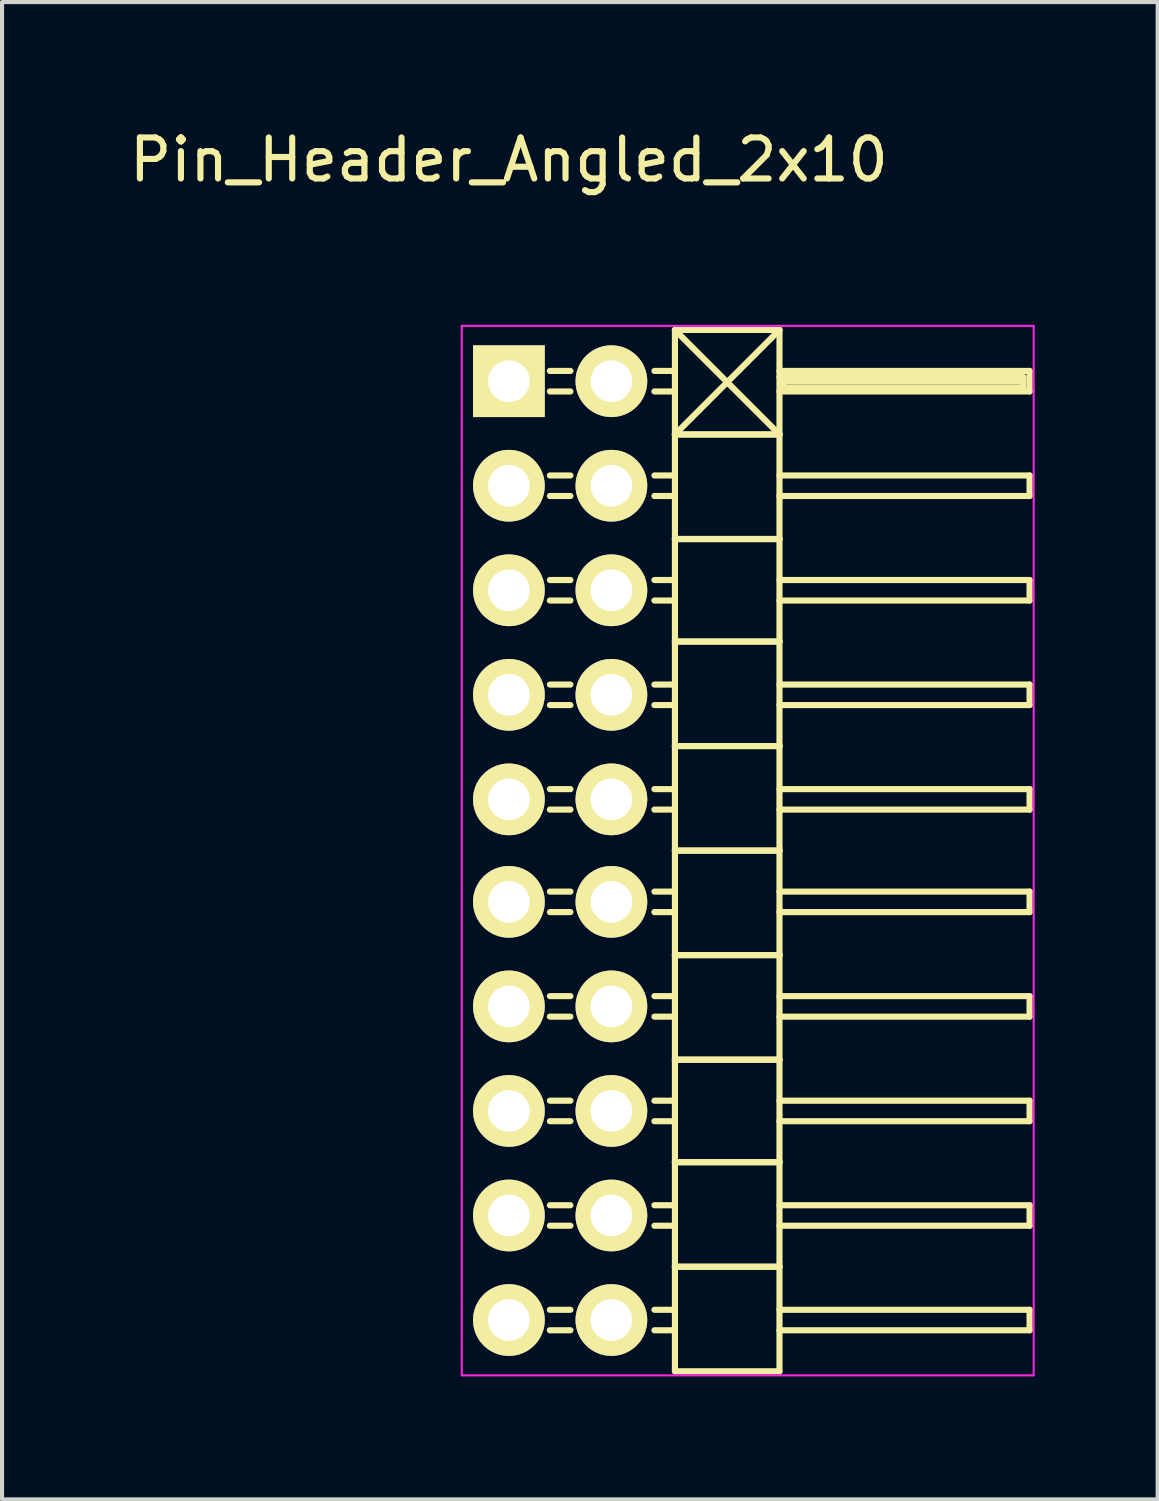
<source format=kicad_pcb>
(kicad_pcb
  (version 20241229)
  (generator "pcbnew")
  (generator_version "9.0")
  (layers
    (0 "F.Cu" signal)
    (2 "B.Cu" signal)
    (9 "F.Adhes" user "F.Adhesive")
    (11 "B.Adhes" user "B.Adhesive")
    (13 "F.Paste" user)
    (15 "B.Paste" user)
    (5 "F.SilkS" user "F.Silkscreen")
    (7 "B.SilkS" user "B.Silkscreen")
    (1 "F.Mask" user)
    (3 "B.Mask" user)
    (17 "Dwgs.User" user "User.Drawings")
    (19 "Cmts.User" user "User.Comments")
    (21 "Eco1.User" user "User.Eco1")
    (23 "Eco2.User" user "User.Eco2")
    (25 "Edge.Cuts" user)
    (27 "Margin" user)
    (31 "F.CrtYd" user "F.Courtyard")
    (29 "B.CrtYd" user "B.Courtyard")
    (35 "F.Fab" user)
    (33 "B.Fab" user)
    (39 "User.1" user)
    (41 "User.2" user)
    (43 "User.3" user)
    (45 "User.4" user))
  (footprint "Pin_Header_Angled_2x10"
    (layer "F.Cu")
    (at 9.363 6.248)
    (property "Reference" "Pin_Header_Angled_2x10" (at 0 -5.4 0) (layer "F.SilkS") (effects (font (size 1 1) (thickness 0.15))))
    (attr through_hole)
    (fp_line (start 1.5 -0.25) (end 1 -0.25) (stroke (width 0.15) (type solid)) (layer "F.SilkS"))
    (fp_line (start 1.5 0.25) (end 1 0.25) (stroke (width 0.15) (type solid)) (layer "F.SilkS"))
    (fp_line (start 1.5 2.3) (end 1 2.3) (stroke (width 0.15) (type solid)) (layer "F.SilkS"))
    (fp_line (start 1.5 2.8) (end 1 2.8) (stroke (width 0.15) (type solid)) (layer "F.SilkS"))
    (fp_line (start 1.5 4.85) (end 1 4.85) (stroke (width 0.15) (type solid)) (layer "F.SilkS"))
    (fp_line (start 1.5 5.35) (end 1 5.35) (stroke (width 0.15) (type solid)) (layer "F.SilkS"))
    (fp_line (start 1.5 7.4) (end 1 7.4) (stroke (width 0.15) (type solid)) (layer "F.SilkS"))
    (fp_line (start 1.5 7.9) (end 1 7.9) (stroke (width 0.15) (type solid)) (layer "F.SilkS"))
    (fp_line (start 1.5 9.95) (end 1 9.95) (stroke (width 0.15) (type solid)) (layer "F.SilkS"))
    (fp_line (start 1.5 10.45) (end 1 10.45) (stroke (width 0.15) (type solid)) (layer "F.SilkS"))
    (fp_line (start 1.5 12.45) (end 1 12.45) (stroke (width 0.15) (type solid)) (layer "F.SilkS"))
    (fp_line (start 1.5 12.95) (end 1 12.95) (stroke (width 0.15) (type solid)) (layer "F.SilkS"))
    (fp_line (start 1.5 15) (end 1 15) (stroke (width 0.15) (type solid)) (layer "F.SilkS"))
    (fp_line (start 1.5 15.5) (end 1 15.5) (stroke (width 0.15) (type solid)) (layer "F.SilkS"))
    (fp_line (start 1.5 17.55) (end 1 17.55) (stroke (width 0.15) (type solid)) (layer "F.SilkS"))
    (fp_line (start 1.5 18.05) (end 1 18.05) (stroke (width 0.15) (type solid)) (layer "F.SilkS"))
    (fp_line (start 1.5 20.1) (end 1 20.1) (stroke (width 0.15) (type solid)) (layer "F.SilkS"))
    (fp_line (start 1.5 20.6) (end 1 20.6) (stroke (width 0.15) (type solid)) (layer "F.SilkS"))
    (fp_line (start 1.5 22.65) (end 1 22.65) (stroke (width 0.15) (type solid)) (layer "F.SilkS"))
    (fp_line (start 1.5 23.15) (end 1 23.15) (stroke (width 0.15) (type solid)) (layer "F.SilkS"))
    (fp_line (start 4.05 -1.25) (end 4.05 1.3) (stroke (width 0.15) (type solid)) (layer "F.SilkS"))
    (fp_line (start 4.05 -1.25) (end 6.6 -1.25) (stroke (width 0.15) (type solid)) (layer "F.SilkS"))
    (fp_line (start 4.05 -1.25) (end 6.6 1.3) (stroke (width 0.15) (type solid)) (layer "F.SilkS"))
    (fp_line (start 4.05 -0.25) (end 3.55 -0.25) (stroke (width 0.15) (type solid)) (layer "F.SilkS"))
    (fp_line (start 4.05 0.25) (end 3.55 0.25) (stroke (width 0.15) (type solid)) (layer "F.SilkS"))
    (fp_line (start 4.05 1.3) (end 4.05 3.85) (stroke (width 0.15) (type solid)) (layer "F.SilkS"))
    (fp_line (start 4.05 1.3) (end 6.6 1.3) (stroke (width 0.15) (type solid)) (layer "F.SilkS"))
    (fp_line (start 4.05 1.3) (end 6.6 1.3) (stroke (width 0.15) (type solid)) (layer "F.SilkS"))
    (fp_line (start 4.05 2.3) (end 3.55 2.3) (stroke (width 0.15) (type solid)) (layer "F.SilkS"))
    (fp_line (start 4.05 2.8) (end 3.55 2.8) (stroke (width 0.15) (type solid)) (layer "F.SilkS"))
    (fp_line (start 4.05 3.85) (end 4.05 6.35) (stroke (width 0.15) (type solid)) (layer "F.SilkS"))
    (fp_line (start 4.05 3.85) (end 6.6 3.85) (stroke (width 0.15) (type solid)) (layer "F.SilkS"))
    (fp_line (start 4.05 3.85) (end 6.6 3.85) (stroke (width 0.15) (type solid)) (layer "F.SilkS"))
    (fp_line (start 4.05 4.85) (end 3.55 4.85) (stroke (width 0.15) (type solid)) (layer "F.SilkS"))
    (fp_line (start 4.05 5.35) (end 3.55 5.35) (stroke (width 0.15) (type solid)) (layer "F.SilkS"))
    (fp_line (start 4.05 6.35) (end 4.05 8.9) (stroke (width 0.15) (type solid)) (layer "F.SilkS"))
    (fp_line (start 4.05 6.35) (end 6.6 6.35) (stroke (width 0.15) (type solid)) (layer "F.SilkS"))
    (fp_line (start 4.05 6.35) (end 6.6 6.35) (stroke (width 0.15) (type solid)) (layer "F.SilkS"))
    (fp_line (start 4.05 7.4) (end 3.55 7.4) (stroke (width 0.15) (type solid)) (layer "F.SilkS"))
    (fp_line (start 4.05 7.9) (end 3.55 7.9) (stroke (width 0.15) (type solid)) (layer "F.SilkS"))
    (fp_line (start 4.05 8.9) (end 4.05 11.45) (stroke (width 0.15) (type solid)) (layer "F.SilkS"))
    (fp_line (start 4.05 8.9) (end 6.6 8.9) (stroke (width 0.15) (type solid)) (layer "F.SilkS"))
    (fp_line (start 4.05 8.9) (end 6.6 8.9) (stroke (width 0.15) (type solid)) (layer "F.SilkS"))
    (fp_line (start 4.05 9.95) (end 3.55 9.95) (stroke (width 0.15) (type solid)) (layer "F.SilkS"))
    (fp_line (start 4.05 10.45) (end 3.55 10.45) (stroke (width 0.15) (type solid)) (layer "F.SilkS"))
    (fp_line (start 4.05 11.45) (end 4.05 14) (stroke (width 0.15) (type solid)) (layer "F.SilkS"))
    (fp_line (start 4.05 11.45) (end 6.6 11.45) (stroke (width 0.15) (type solid)) (layer "F.SilkS"))
    (fp_line (start 4.05 11.45) (end 6.6 11.45) (stroke (width 0.15) (type solid)) (layer "F.SilkS"))
    (fp_line (start 4.05 12.45) (end 3.55 12.45) (stroke (width 0.15) (type solid)) (layer "F.SilkS"))
    (fp_line (start 4.05 12.95) (end 3.55 12.95) (stroke (width 0.15) (type solid)) (layer "F.SilkS"))
    (fp_line (start 4.05 14) (end 4.05 16.55) (stroke (width 0.15) (type solid)) (layer "F.SilkS"))
    (fp_line (start 4.05 14) (end 6.6 14) (stroke (width 0.15) (type solid)) (layer "F.SilkS"))
    (fp_line (start 4.05 14) (end 6.6 14) (stroke (width 0.15) (type solid)) (layer "F.SilkS"))
    (fp_line (start 4.05 15) (end 3.55 15) (stroke (width 0.15) (type solid)) (layer "F.SilkS"))
    (fp_line (start 4.05 15.5) (end 3.55 15.5) (stroke (width 0.15) (type solid)) (layer "F.SilkS"))
    (fp_line (start 4.05 16.55) (end 4.05 19.05) (stroke (width 0.15) (type solid)) (layer "F.SilkS"))
    (fp_line (start 4.05 16.55) (end 6.6 16.55) (stroke (width 0.15) (type solid)) (layer "F.SilkS"))
    (fp_line (start 4.05 16.55) (end 6.6 16.55) (stroke (width 0.15) (type solid)) (layer "F.SilkS"))
    (fp_line (start 4.05 17.55) (end 3.55 17.55) (stroke (width 0.15) (type solid)) (layer "F.SilkS"))
    (fp_line (start 4.05 18.05) (end 3.55 18.05) (stroke (width 0.15) (type solid)) (layer "F.SilkS"))
    (fp_line (start 4.05 19.05) (end 4.05 21.6) (stroke (width 0.15) (type solid)) (layer "F.SilkS"))
    (fp_line (start 4.05 19.05) (end 6.6 19.05) (stroke (width 0.15) (type solid)) (layer "F.SilkS"))
    (fp_line (start 4.05 19.05) (end 6.6 19.05) (stroke (width 0.15) (type solid)) (layer "F.SilkS"))
    (fp_line (start 4.05 20.1) (end 3.55 20.1) (stroke (width 0.15) (type solid)) (layer "F.SilkS"))
    (fp_line (start 4.05 20.6) (end 3.55 20.6) (stroke (width 0.15) (type solid)) (layer "F.SilkS"))
    (fp_line (start 4.05 21.6) (end 4.05 24.15) (stroke (width 0.15) (type solid)) (layer "F.SilkS"))
    (fp_line (start 4.05 21.6) (end 6.6 21.6) (stroke (width 0.15) (type solid)) (layer "F.SilkS"))
    (fp_line (start 4.05 21.6) (end 6.6 21.6) (stroke (width 0.15) (type solid)) (layer "F.SilkS"))
    (fp_line (start 4.05 22.65) (end 3.55 22.65) (stroke (width 0.15) (type solid)) (layer "F.SilkS"))
    (fp_line (start 4.05 23.15) (end 3.55 23.15) (stroke (width 0.15) (type solid)) (layer "F.SilkS"))
    (fp_line (start 4.05 24.15) (end 6.6 24.15) (stroke (width 0.15) (type solid)) (layer "F.SilkS"))
    (fp_line (start 6.6 -1.25) (end 4.05 1.3) (stroke (width 0.15) (type solid)) (layer "F.SilkS"))
    (fp_line (start 6.6 -0.25) (end 12.7 -0.25) (stroke (width 0.15) (type solid)) (layer "F.SilkS"))
    (fp_line (start 6.6 -0.1) (end 12.55 -0.1) (stroke (width 0.15) (type solid)) (layer "F.SilkS"))
    (fp_line (start 6.6 1.3) (end 6.6 -1.25) (stroke (width 0.15) (type solid)) (layer "F.SilkS"))
    (fp_line (start 6.6 2.3) (end 12.7 2.3) (stroke (width 0.15) (type solid)) (layer "F.SilkS"))
    (fp_line (start 6.6 3.85) (end 6.6 1.3) (stroke (width 0.15) (type solid)) (layer "F.SilkS"))
    (fp_line (start 6.6 4.85) (end 12.7 4.85) (stroke (width 0.15) (type solid)) (layer "F.SilkS"))
    (fp_line (start 6.6 6.35) (end 6.6 3.85) (stroke (width 0.15) (type solid)) (layer "F.SilkS"))
    (fp_line (start 6.6 7.4) (end 12.7 7.4) (stroke (width 0.15) (type solid)) (layer "F.SilkS"))
    (fp_line (start 6.6 8.9) (end 6.6 6.35) (stroke (width 0.15) (type solid)) (layer "F.SilkS"))
    (fp_line (start 6.6 9.95) (end 12.7 9.95) (stroke (width 0.15) (type solid)) (layer "F.SilkS"))
    (fp_line (start 6.6 11.45) (end 6.6 8.9) (stroke (width 0.15) (type solid)) (layer "F.SilkS"))
    (fp_line (start 6.6 12.45) (end 12.7 12.45) (stroke (width 0.15) (type solid)) (layer "F.SilkS"))
    (fp_line (start 6.6 14) (end 6.6 11.45) (stroke (width 0.15) (type solid)) (layer "F.SilkS"))
    (fp_line (start 6.6 15) (end 12.7 15) (stroke (width 0.15) (type solid)) (layer "F.SilkS"))
    (fp_line (start 6.6 16.55) (end 6.6 14) (stroke (width 0.15) (type solid)) (layer "F.SilkS"))
    (fp_line (start 6.6 17.55) (end 12.7 17.55) (stroke (width 0.15) (type solid)) (layer "F.SilkS"))
    (fp_line (start 6.6 19.05) (end 6.6 16.55) (stroke (width 0.15) (type solid)) (layer "F.SilkS"))
    (fp_line (start 6.6 20.1) (end 12.7 20.1) (stroke (width 0.15) (type solid)) (layer "F.SilkS"))
    (fp_line (start 6.6 21.6) (end 6.6 19.05) (stroke (width 0.15) (type solid)) (layer "F.SilkS"))
    (fp_line (start 6.6 22.65) (end 12.7 22.65) (stroke (width 0.15) (type solid)) (layer "F.SilkS"))
    (fp_line (start 6.6 24.15) (end 6.6 21.6) (stroke (width 0.15) (type solid)) (layer "F.SilkS"))
    (fp_line (start 6.7 0) (end 12.55 0) (stroke (width 0.15) (type solid)) (layer "F.SilkS"))
    (fp_line (start 6.7 0.15) (end 6.7 0) (stroke (width 0.15) (type solid)) (layer "F.SilkS"))
    (fp_line (start 12.55 -0.1) (end 12.55 0.15) (stroke (width 0.15) (type solid)) (layer "F.SilkS"))
    (fp_line (start 12.55 0.15) (end 6.7 0.15) (stroke (width 0.15) (type solid)) (layer "F.SilkS"))
    (fp_line (start 12.7 -0.25) (end 12.7 0.25) (stroke (width 0.15) (type solid)) (layer "F.SilkS"))
    (fp_line (start 12.7 0.25) (end 6.6 0.25) (stroke (width 0.15) (type solid)) (layer "F.SilkS"))
    (fp_line (start 12.7 2.3) (end 12.7 2.8) (stroke (width 0.15) (type solid)) (layer "F.SilkS"))
    (fp_line (start 12.7 2.8) (end 6.6 2.8) (stroke (width 0.15) (type solid)) (layer "F.SilkS"))
    (fp_line (start 12.7 4.85) (end 12.7 5.35) (stroke (width 0.15) (type solid)) (layer "F.SilkS"))
    (fp_line (start 12.7 5.35) (end 6.6 5.35) (stroke (width 0.15) (type solid)) (layer "F.SilkS"))
    (fp_line (start 12.7 7.4) (end 12.7 7.9) (stroke (width 0.15) (type solid)) (layer "F.SilkS"))
    (fp_line (start 12.7 7.9) (end 6.6 7.9) (stroke (width 0.15) (type solid)) (layer "F.SilkS"))
    (fp_line (start 12.7 9.95) (end 12.7 10.45) (stroke (width 0.15) (type solid)) (layer "F.SilkS"))
    (fp_line (start 12.7 10.45) (end 6.6 10.45) (stroke (width 0.15) (type solid)) (layer "F.SilkS"))
    (fp_line (start 12.7 12.45) (end 12.7 12.95) (stroke (width 0.15) (type solid)) (layer "F.SilkS"))
    (fp_line (start 12.7 12.95) (end 6.6 12.95) (stroke (width 0.15) (type solid)) (layer "F.SilkS"))
    (fp_line (start 12.7 15) (end 12.7 15.5) (stroke (width 0.15) (type solid)) (layer "F.SilkS"))
    (fp_line (start 12.7 15.5) (end 6.6 15.5) (stroke (width 0.15) (type solid)) (layer "F.SilkS"))
    (fp_line (start 12.7 17.55) (end 12.7 18.05) (stroke (width 0.15) (type solid)) (layer "F.SilkS"))
    (fp_line (start 12.7 18.05) (end 6.6 18.05) (stroke (width 0.15) (type solid)) (layer "F.SilkS"))
    (fp_line (start 12.7 20.1) (end 12.7 20.6) (stroke (width 0.15) (type solid)) (layer "F.SilkS"))
    (fp_line (start 12.7 20.6) (end 6.6 20.6) (stroke (width 0.15) (type solid)) (layer "F.SilkS"))
    (fp_line (start 12.7 22.65) (end 12.7 23.15) (stroke (width 0.15) (type solid)) (layer "F.SilkS"))
    (fp_line (start 12.7 23.15) (end 6.6 23.15) (stroke (width 0.15) (type solid)) (layer "F.SilkS"))
    (fp_line (start -1.15 -1.35) (end -1.15 24.25) (stroke (width 0.05) (type solid)) (layer "F.CrtYd"))
    (fp_line (start -1.15 -1.35) (end 12.8 -1.35) (stroke (width 0.05) (type solid)) (layer "F.CrtYd"))
    (fp_line (start -1.15 24.25) (end 12.8 24.25) (stroke (width 0.05) (type solid)) (layer "F.CrtYd"))
    (fp_line (start 12.8 -1.35) (end 12.8 24.25) (stroke (width 0.05) (type solid)) (layer "F.CrtYd"))
    (pad "1" thru_hole rect (at 0 0) (size 1.75 1.75) (drill 1.016) (layers "*.Cu" "*.Mask" "F.SilkS"))
    (pad "2" thru_hole oval (at 2.5 0) (size 1.75 1.75) (drill 1.016) (layers "*.Cu" "*.Mask" "F.SilkS"))
    (pad "3" thru_hole oval (at 0 2.55) (size 1.75 1.75) (drill 1.016) (layers "*.Cu" "*.Mask" "F.SilkS"))
    (pad "4" thru_hole oval (at 2.5 2.55) (size 1.75 1.75) (drill 1.016) (layers "*.Cu" "*.Mask" "F.SilkS"))
    (pad "5" thru_hole oval (at 0 5.1) (size 1.75 1.75) (drill 1.016) (layers "*.Cu" "*.Mask" "F.SilkS"))
    (pad "6" thru_hole oval (at 2.5 5.1) (size 1.75 1.75) (drill 1.016) (layers "*.Cu" "*.Mask" "F.SilkS"))
    (pad "7" thru_hole oval (at 0 7.65) (size 1.75 1.75) (drill 1.016) (layers "*.Cu" "*.Mask" "F.SilkS"))
    (pad "8" thru_hole oval (at 2.5 7.65) (size 1.75 1.75) (drill 1.016) (layers "*.Cu" "*.Mask" "F.SilkS"))
    (pad "9" thru_hole oval (at 0 10.2) (size 1.75 1.75) (drill 1.016) (layers "*.Cu" "*.Mask" "F.SilkS"))
    (pad "10" thru_hole oval (at 2.5 10.2) (size 1.75 1.75) (drill 1.016) (layers "*.Cu" "*.Mask" "F.SilkS"))
    (pad "11" thru_hole oval (at 0 12.7) (size 1.75 1.75) (drill 1.016) (layers "*.Cu" "*.Mask" "F.SilkS"))
    (pad "12" thru_hole oval (at 2.5 12.7) (size 1.75 1.75) (drill 1.016) (layers "*.Cu" "*.Mask" "F.SilkS"))
    (pad "13" thru_hole oval (at 0 15.25) (size 1.75 1.75) (drill 1.016) (layers "*.Cu" "*.Mask" "F.SilkS"))
    (pad "14" thru_hole oval (at 2.5 15.25) (size 1.75 1.75) (drill 1.016) (layers "*.Cu" "*.Mask" "F.SilkS"))
    (pad "15" thru_hole oval (at 0 17.8) (size 1.75 1.75) (drill 1.016) (layers "*.Cu" "*.Mask" "F.SilkS"))
    (pad "16" thru_hole oval (at 2.5 17.8) (size 1.75 1.75) (drill 1.016) (layers "*.Cu" "*.Mask" "F.SilkS"))
    (pad "17" thru_hole oval (at 0 20.35) (size 1.75 1.75) (drill 1.016) (layers "*.Cu" "*.Mask" "F.SilkS"))
    (pad "18" thru_hole oval (at 2.5 20.35) (size 1.75 1.75) (drill 1.016) (layers "*.Cu" "*.Mask" "F.SilkS"))
    (pad "19" thru_hole oval (at 0 22.9) (size 1.75 1.75) (drill 1.016) (layers "*.Cu" "*.Mask" "F.SilkS"))
    (pad "20" thru_hole oval (at 2.5 22.9) (size 1.75 1.75) (drill 1.016) (layers "*.Cu" "*.Mask" "F.SilkS")))
  (gr_rect
    (start -3 -3)
    (end 25.188 33.523)
    (stroke (width 0.1) (type default))
    (fill no)
    (layer "Edge.Cuts")))
</source>
